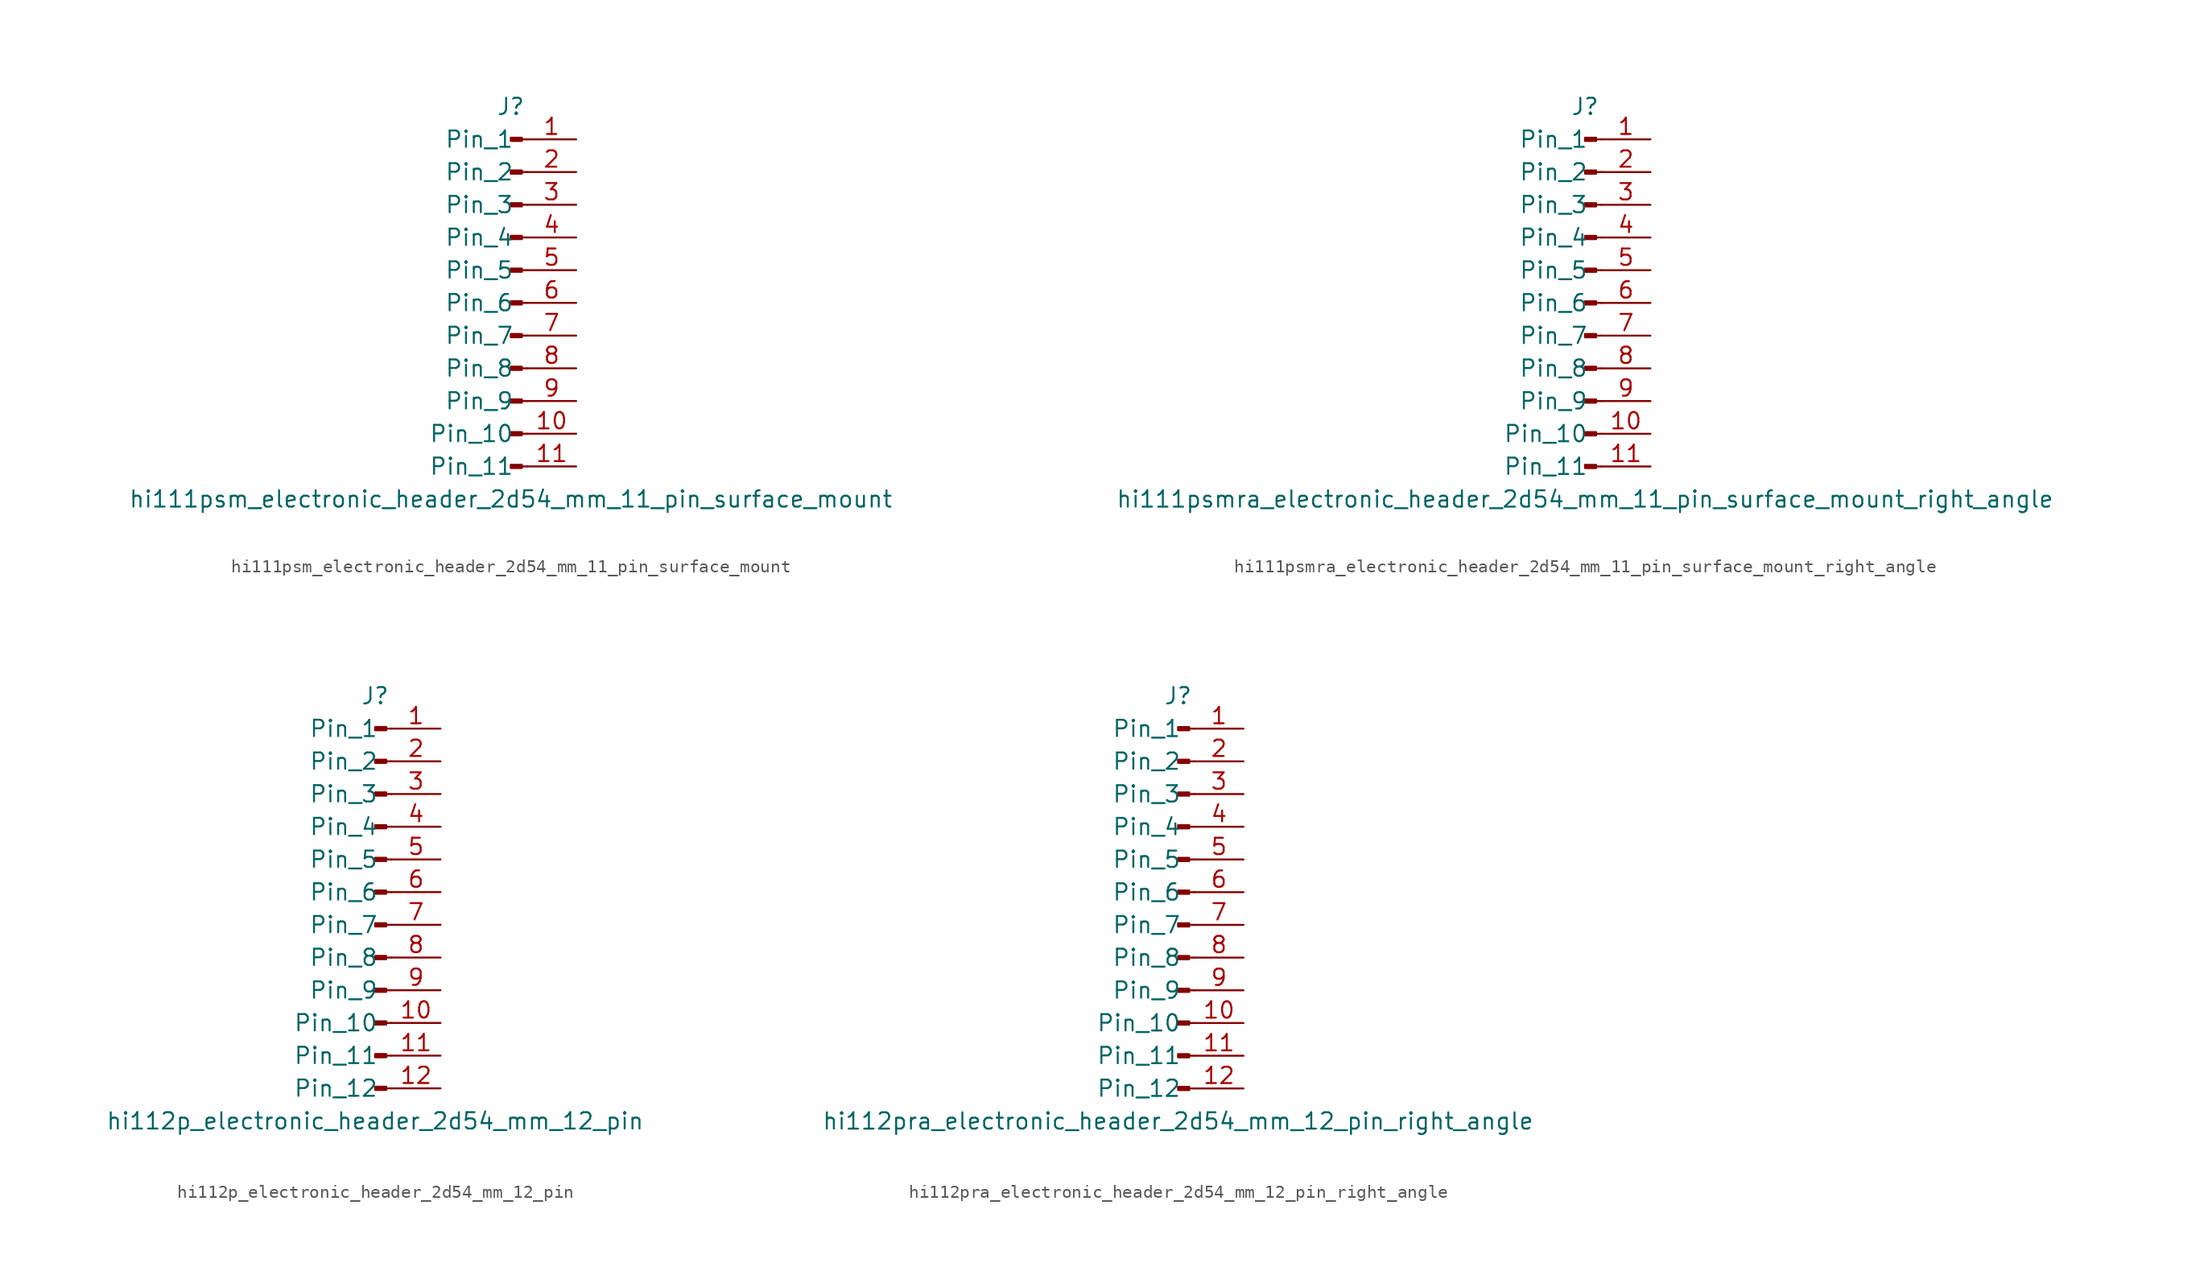
<source format=kicad_sym>
(kicad_symbol_lib
  (version 20220914)
  (generator kicad_symbol_editor)
  (symbol "hi111psm_electronic_header_2d54_mm_11_pin_surface_mount"
    (pin_names
      (offset 1.016))
    (property "Reference" "J"
      (at 0 15.24 0)
      (effects (font (size 1.27 1.27))))
    (property "Value" "hi111psm_electronic_header_2d54_mm_11_pin_surface_mount"
      (at 0 -15.24 0)
      (effects (font (size 1.27 1.27))))
    (property "ki_locked" ""
      (at 0 0 0)
      (effects (font (size 1.27 1.27))))
    (symbol "hi111psm_electronic_header_2d54_mm_11_pin_surface_mount_1_1"
      (polyline (pts (xy 1.27 -12.7) (xy 0.864 -12.7)) (stroke (width 0.152) (type default)) (fill (type none)))
      (polyline (pts (xy 1.27 -10.16) (xy 0.864 -10.16)) (stroke (width 0.152) (type default)) (fill (type none)))
      (polyline (pts (xy 1.27 -7.62) (xy 0.864 -7.62)) (stroke (width 0.152) (type default)) (fill (type none)))
      (polyline (pts (xy 1.27 -5.08) (xy 0.864 -5.08)) (stroke (width 0.152) (type default)) (fill (type none)))
      (polyline (pts (xy 1.27 -2.54) (xy 0.864 -2.54)) (stroke (width 0.152) (type default)) (fill (type none)))
      (polyline (pts (xy 1.27 0) (xy 0.864 0)) (stroke (width 0.152) (type default)) (fill (type none)))
      (polyline (pts (xy 1.27 2.54) (xy 0.864 2.54)) (stroke (width 0.152) (type default)) (fill (type none)))
      (polyline (pts (xy 1.27 5.08) (xy 0.864 5.08)) (stroke (width 0.152) (type default)) (fill (type none)))
      (polyline (pts (xy 1.27 7.62) (xy 0.864 7.62)) (stroke (width 0.152) (type default)) (fill (type none)))
      (polyline (pts (xy 1.27 10.16) (xy 0.864 10.16)) (stroke (width 0.152) (type default)) (fill (type none)))
      (polyline (pts (xy 1.27 12.7) (xy 0.864 12.7)) (stroke (width 0.152) (type default)) (fill (type none)))
      (rectangle (start 0.864 -12.573) (end 0 -12.827) (stroke (width 0.152) (type default)) (fill (type outline)))
      (rectangle (start 0.864 -10.033) (end 0 -10.287) (stroke (width 0.152) (type default)) (fill (type outline)))
      (rectangle (start 0.864 -7.493) (end 0 -7.747) (stroke (width 0.152) (type default)) (fill (type outline)))
      (rectangle (start 0.864 -4.953) (end 0 -5.207) (stroke (width 0.152) (type default)) (fill (type outline)))
      (rectangle (start 0.864 -2.413) (end 0 -2.667) (stroke (width 0.152) (type default)) (fill (type outline)))
      (rectangle (start 0.864 0.127) (end 0 -0.127) (stroke (width 0.152) (type default)) (fill (type outline)))
      (rectangle (start 0.864 2.667) (end 0 2.413) (stroke (width 0.152) (type default)) (fill (type outline)))
      (rectangle (start 0.864 5.207) (end 0 4.953) (stroke (width 0.152) (type default)) (fill (type outline)))
      (rectangle (start 0.864 7.747) (end 0 7.493) (stroke (width 0.152) (type default)) (fill (type outline)))
      (rectangle (start 0.864 10.287) (end 0 10.033) (stroke (width 0.152) (type default)) (fill (type outline)))
      (rectangle (start 0.864 12.827) (end 0 12.573) (stroke (width 0.152) (type default)) (fill (type outline)))
      (pin passive line (at 5.08 12.7 180) (length 3.81) (name "Pin_1" (effects (font (size 1.27 1.27)))) (number "1" (effects (font (size 1.27 1.27)))))
      (pin passive line (at 5.08 -10.16 180) (length 3.81) (name "Pin_10" (effects (font (size 1.27 1.27)))) (number "10" (effects (font (size 1.27 1.27)))))
      (pin passive line (at 5.08 -12.7 180) (length 3.81) (name "Pin_11" (effects (font (size 1.27 1.27)))) (number "11" (effects (font (size 1.27 1.27)))))
      (pin passive line (at 5.08 10.16 180) (length 3.81) (name "Pin_2" (effects (font (size 1.27 1.27)))) (number "2" (effects (font (size 1.27 1.27)))))
      (pin passive line (at 5.08 7.62 180) (length 3.81) (name "Pin_3" (effects (font (size 1.27 1.27)))) (number "3" (effects (font (size 1.27 1.27)))))
      (pin passive line (at 5.08 5.08 180) (length 3.81) (name "Pin_4" (effects (font (size 1.27 1.27)))) (number "4" (effects (font (size 1.27 1.27)))))
      (pin passive line (at 5.08 2.54 180) (length 3.81) (name "Pin_5" (effects (font (size 1.27 1.27)))) (number "5" (effects (font (size 1.27 1.27)))))
      (pin passive line (at 5.08 0 180) (length 3.81) (name "Pin_6" (effects (font (size 1.27 1.27)))) (number "6" (effects (font (size 1.27 1.27)))))
      (pin passive line (at 5.08 -2.54 180) (length 3.81) (name "Pin_7" (effects (font (size 1.27 1.27)))) (number "7" (effects (font (size 1.27 1.27)))))
      (pin passive line (at 5.08 -5.08 180) (length 3.81) (name "Pin_8" (effects (font (size 1.27 1.27)))) (number "8" (effects (font (size 1.27 1.27)))))
      (pin passive line (at 5.08 -7.62 180) (length 3.81) (name "Pin_9" (effects (font (size 1.27 1.27)))) (number "9" (effects (font (size 1.27 1.27)))))))
  (symbol "hi111psmra_electronic_header_2d54_mm_11_pin_surface_mount_right_angle"
    (pin_names
      (offset 1.016))
    (property "Reference" "J"
      (at 0 15.24 0)
      (effects (font (size 1.27 1.27))))
    (property "Value" "hi111psmra_electronic_header_2d54_mm_11_pin_surface_mount_right_angle"
      (at 0 -15.24 0)
      (effects (font (size 1.27 1.27))))
    (property "ki_locked" ""
      (at 0 0 0)
      (effects (font (size 1.27 1.27))))
    (symbol "hi111psmra_electronic_header_2d54_mm_11_pin_surface_mount_right_angle_1_1"
      (polyline (pts (xy 1.27 -12.7) (xy 0.864 -12.7)) (stroke (width 0.152) (type default)) (fill (type none)))
      (polyline (pts (xy 1.27 -10.16) (xy 0.864 -10.16)) (stroke (width 0.152) (type default)) (fill (type none)))
      (polyline (pts (xy 1.27 -7.62) (xy 0.864 -7.62)) (stroke (width 0.152) (type default)) (fill (type none)))
      (polyline (pts (xy 1.27 -5.08) (xy 0.864 -5.08)) (stroke (width 0.152) (type default)) (fill (type none)))
      (polyline (pts (xy 1.27 -2.54) (xy 0.864 -2.54)) (stroke (width 0.152) (type default)) (fill (type none)))
      (polyline (pts (xy 1.27 0) (xy 0.864 0)) (stroke (width 0.152) (type default)) (fill (type none)))
      (polyline (pts (xy 1.27 2.54) (xy 0.864 2.54)) (stroke (width 0.152) (type default)) (fill (type none)))
      (polyline (pts (xy 1.27 5.08) (xy 0.864 5.08)) (stroke (width 0.152) (type default)) (fill (type none)))
      (polyline (pts (xy 1.27 7.62) (xy 0.864 7.62)) (stroke (width 0.152) (type default)) (fill (type none)))
      (polyline (pts (xy 1.27 10.16) (xy 0.864 10.16)) (stroke (width 0.152) (type default)) (fill (type none)))
      (polyline (pts (xy 1.27 12.7) (xy 0.864 12.7)) (stroke (width 0.152) (type default)) (fill (type none)))
      (rectangle (start 0.864 -12.573) (end 0 -12.827) (stroke (width 0.152) (type default)) (fill (type outline)))
      (rectangle (start 0.864 -10.033) (end 0 -10.287) (stroke (width 0.152) (type default)) (fill (type outline)))
      (rectangle (start 0.864 -7.493) (end 0 -7.747) (stroke (width 0.152) (type default)) (fill (type outline)))
      (rectangle (start 0.864 -4.953) (end 0 -5.207) (stroke (width 0.152) (type default)) (fill (type outline)))
      (rectangle (start 0.864 -2.413) (end 0 -2.667) (stroke (width 0.152) (type default)) (fill (type outline)))
      (rectangle (start 0.864 0.127) (end 0 -0.127) (stroke (width 0.152) (type default)) (fill (type outline)))
      (rectangle (start 0.864 2.667) (end 0 2.413) (stroke (width 0.152) (type default)) (fill (type outline)))
      (rectangle (start 0.864 5.207) (end 0 4.953) (stroke (width 0.152) (type default)) (fill (type outline)))
      (rectangle (start 0.864 7.747) (end 0 7.493) (stroke (width 0.152) (type default)) (fill (type outline)))
      (rectangle (start 0.864 10.287) (end 0 10.033) (stroke (width 0.152) (type default)) (fill (type outline)))
      (rectangle (start 0.864 12.827) (end 0 12.573) (stroke (width 0.152) (type default)) (fill (type outline)))
      (pin passive line (at 5.08 12.7 180) (length 3.81) (name "Pin_1" (effects (font (size 1.27 1.27)))) (number "1" (effects (font (size 1.27 1.27)))))
      (pin passive line (at 5.08 -10.16 180) (length 3.81) (name "Pin_10" (effects (font (size 1.27 1.27)))) (number "10" (effects (font (size 1.27 1.27)))))
      (pin passive line (at 5.08 -12.7 180) (length 3.81) (name "Pin_11" (effects (font (size 1.27 1.27)))) (number "11" (effects (font (size 1.27 1.27)))))
      (pin passive line (at 5.08 10.16 180) (length 3.81) (name "Pin_2" (effects (font (size 1.27 1.27)))) (number "2" (effects (font (size 1.27 1.27)))))
      (pin passive line (at 5.08 7.62 180) (length 3.81) (name "Pin_3" (effects (font (size 1.27 1.27)))) (number "3" (effects (font (size 1.27 1.27)))))
      (pin passive line (at 5.08 5.08 180) (length 3.81) (name "Pin_4" (effects (font (size 1.27 1.27)))) (number "4" (effects (font (size 1.27 1.27)))))
      (pin passive line (at 5.08 2.54 180) (length 3.81) (name "Pin_5" (effects (font (size 1.27 1.27)))) (number "5" (effects (font (size 1.27 1.27)))))
      (pin passive line (at 5.08 0 180) (length 3.81) (name "Pin_6" (effects (font (size 1.27 1.27)))) (number "6" (effects (font (size 1.27 1.27)))))
      (pin passive line (at 5.08 -2.54 180) (length 3.81) (name "Pin_7" (effects (font (size 1.27 1.27)))) (number "7" (effects (font (size 1.27 1.27)))))
      (pin passive line (at 5.08 -5.08 180) (length 3.81) (name "Pin_8" (effects (font (size 1.27 1.27)))) (number "8" (effects (font (size 1.27 1.27)))))
      (pin passive line (at 5.08 -7.62 180) (length 3.81) (name "Pin_9" (effects (font (size 1.27 1.27)))) (number "9" (effects (font (size 1.27 1.27)))))))
  (symbol "hi112p_electronic_header_2d54_mm_12_pin"
    (pin_names
      (offset 1.016))
    (property "Reference" "J"
      (at 0 15.24 0)
      (effects (font (size 1.27 1.27))))
    (property "Value" "hi112p_electronic_header_2d54_mm_12_pin"
      (at 0 -17.78 0)
      (effects (font (size 1.27 1.27))))
    (property "ki_locked" ""
      (at 0 0 0)
      (effects (font (size 1.27 1.27))))
    (symbol "hi112p_electronic_header_2d54_mm_12_pin_1_1"
      (polyline (pts (xy 1.27 -15.24) (xy 0.864 -15.24)) (stroke (width 0.152) (type default)) (fill (type none)))
      (polyline (pts (xy 1.27 -12.7) (xy 0.864 -12.7)) (stroke (width 0.152) (type default)) (fill (type none)))
      (polyline (pts (xy 1.27 -10.16) (xy 0.864 -10.16)) (stroke (width 0.152) (type default)) (fill (type none)))
      (polyline (pts (xy 1.27 -7.62) (xy 0.864 -7.62)) (stroke (width 0.152) (type default)) (fill (type none)))
      (polyline (pts (xy 1.27 -5.08) (xy 0.864 -5.08)) (stroke (width 0.152) (type default)) (fill (type none)))
      (polyline (pts (xy 1.27 -2.54) (xy 0.864 -2.54)) (stroke (width 0.152) (type default)) (fill (type none)))
      (polyline (pts (xy 1.27 0) (xy 0.864 0)) (stroke (width 0.152) (type default)) (fill (type none)))
      (polyline (pts (xy 1.27 2.54) (xy 0.864 2.54)) (stroke (width 0.152) (type default)) (fill (type none)))
      (polyline (pts (xy 1.27 5.08) (xy 0.864 5.08)) (stroke (width 0.152) (type default)) (fill (type none)))
      (polyline (pts (xy 1.27 7.62) (xy 0.864 7.62)) (stroke (width 0.152) (type default)) (fill (type none)))
      (polyline (pts (xy 1.27 10.16) (xy 0.864 10.16)) (stroke (width 0.152) (type default)) (fill (type none)))
      (polyline (pts (xy 1.27 12.7) (xy 0.864 12.7)) (stroke (width 0.152) (type default)) (fill (type none)))
      (rectangle (start 0.864 -15.113) (end 0 -15.367) (stroke (width 0.152) (type default)) (fill (type outline)))
      (rectangle (start 0.864 -12.573) (end 0 -12.827) (stroke (width 0.152) (type default)) (fill (type outline)))
      (rectangle (start 0.864 -10.033) (end 0 -10.287) (stroke (width 0.152) (type default)) (fill (type outline)))
      (rectangle (start 0.864 -7.493) (end 0 -7.747) (stroke (width 0.152) (type default)) (fill (type outline)))
      (rectangle (start 0.864 -4.953) (end 0 -5.207) (stroke (width 0.152) (type default)) (fill (type outline)))
      (rectangle (start 0.864 -2.413) (end 0 -2.667) (stroke (width 0.152) (type default)) (fill (type outline)))
      (rectangle (start 0.864 0.127) (end 0 -0.127) (stroke (width 0.152) (type default)) (fill (type outline)))
      (rectangle (start 0.864 2.667) (end 0 2.413) (stroke (width 0.152) (type default)) (fill (type outline)))
      (rectangle (start 0.864 5.207) (end 0 4.953) (stroke (width 0.152) (type default)) (fill (type outline)))
      (rectangle (start 0.864 7.747) (end 0 7.493) (stroke (width 0.152) (type default)) (fill (type outline)))
      (rectangle (start 0.864 10.287) (end 0 10.033) (stroke (width 0.152) (type default)) (fill (type outline)))
      (rectangle (start 0.864 12.827) (end 0 12.573) (stroke (width 0.152) (type default)) (fill (type outline)))
      (pin passive line (at 5.08 12.7 180) (length 3.81) (name "Pin_1" (effects (font (size 1.27 1.27)))) (number "1" (effects (font (size 1.27 1.27)))))
      (pin passive line (at 5.08 -10.16 180) (length 3.81) (name "Pin_10" (effects (font (size 1.27 1.27)))) (number "10" (effects (font (size 1.27 1.27)))))
      (pin passive line (at 5.08 -12.7 180) (length 3.81) (name "Pin_11" (effects (font (size 1.27 1.27)))) (number "11" (effects (font (size 1.27 1.27)))))
      (pin passive line (at 5.08 -15.24 180) (length 3.81) (name "Pin_12" (effects (font (size 1.27 1.27)))) (number "12" (effects (font (size 1.27 1.27)))))
      (pin passive line (at 5.08 10.16 180) (length 3.81) (name "Pin_2" (effects (font (size 1.27 1.27)))) (number "2" (effects (font (size 1.27 1.27)))))
      (pin passive line (at 5.08 7.62 180) (length 3.81) (name "Pin_3" (effects (font (size 1.27 1.27)))) (number "3" (effects (font (size 1.27 1.27)))))
      (pin passive line (at 5.08 5.08 180) (length 3.81) (name "Pin_4" (effects (font (size 1.27 1.27)))) (number "4" (effects (font (size 1.27 1.27)))))
      (pin passive line (at 5.08 2.54 180) (length 3.81) (name "Pin_5" (effects (font (size 1.27 1.27)))) (number "5" (effects (font (size 1.27 1.27)))))
      (pin passive line (at 5.08 0 180) (length 3.81) (name "Pin_6" (effects (font (size 1.27 1.27)))) (number "6" (effects (font (size 1.27 1.27)))))
      (pin passive line (at 5.08 -2.54 180) (length 3.81) (name "Pin_7" (effects (font (size 1.27 1.27)))) (number "7" (effects (font (size 1.27 1.27)))))
      (pin passive line (at 5.08 -5.08 180) (length 3.81) (name "Pin_8" (effects (font (size 1.27 1.27)))) (number "8" (effects (font (size 1.27 1.27)))))
      (pin passive line (at 5.08 -7.62 180) (length 3.81) (name "Pin_9" (effects (font (size 1.27 1.27)))) (number "9" (effects (font (size 1.27 1.27)))))))
  (symbol "hi112pra_electronic_header_2d54_mm_12_pin_right_angle"
    (pin_names
      (offset 1.016))
    (property "Reference" "J"
      (at 0 15.24 0)
      (effects (font (size 1.27 1.27))))
    (property "Value" "hi112pra_electronic_header_2d54_mm_12_pin_right_angle"
      (at 0 -17.78 0)
      (effects (font (size 1.27 1.27))))
    (property "ki_locked" ""
      (at 0 0 0)
      (effects (font (size 1.27 1.27))))
    (symbol "hi112pra_electronic_header_2d54_mm_12_pin_right_angle_1_1"
      (polyline (pts (xy 1.27 -15.24) (xy 0.864 -15.24)) (stroke (width 0.152) (type default)) (fill (type none)))
      (polyline (pts (xy 1.27 -12.7) (xy 0.864 -12.7)) (stroke (width 0.152) (type default)) (fill (type none)))
      (polyline (pts (xy 1.27 -10.16) (xy 0.864 -10.16)) (stroke (width 0.152) (type default)) (fill (type none)))
      (polyline (pts (xy 1.27 -7.62) (xy 0.864 -7.62)) (stroke (width 0.152) (type default)) (fill (type none)))
      (polyline (pts (xy 1.27 -5.08) (xy 0.864 -5.08)) (stroke (width 0.152) (type default)) (fill (type none)))
      (polyline (pts (xy 1.27 -2.54) (xy 0.864 -2.54)) (stroke (width 0.152) (type default)) (fill (type none)))
      (polyline (pts (xy 1.27 0) (xy 0.864 0)) (stroke (width 0.152) (type default)) (fill (type none)))
      (polyline (pts (xy 1.27 2.54) (xy 0.864 2.54)) (stroke (width 0.152) (type default)) (fill (type none)))
      (polyline (pts (xy 1.27 5.08) (xy 0.864 5.08)) (stroke (width 0.152) (type default)) (fill (type none)))
      (polyline (pts (xy 1.27 7.62) (xy 0.864 7.62)) (stroke (width 0.152) (type default)) (fill (type none)))
      (polyline (pts (xy 1.27 10.16) (xy 0.864 10.16)) (stroke (width 0.152) (type default)) (fill (type none)))
      (polyline (pts (xy 1.27 12.7) (xy 0.864 12.7)) (stroke (width 0.152) (type default)) (fill (type none)))
      (rectangle (start 0.864 -15.113) (end 0 -15.367) (stroke (width 0.152) (type default)) (fill (type outline)))
      (rectangle (start 0.864 -12.573) (end 0 -12.827) (stroke (width 0.152) (type default)) (fill (type outline)))
      (rectangle (start 0.864 -10.033) (end 0 -10.287) (stroke (width 0.152) (type default)) (fill (type outline)))
      (rectangle (start 0.864 -7.493) (end 0 -7.747) (stroke (width 0.152) (type default)) (fill (type outline)))
      (rectangle (start 0.864 -4.953) (end 0 -5.207) (stroke (width 0.152) (type default)) (fill (type outline)))
      (rectangle (start 0.864 -2.413) (end 0 -2.667) (stroke (width 0.152) (type default)) (fill (type outline)))
      (rectangle (start 0.864 0.127) (end 0 -0.127) (stroke (width 0.152) (type default)) (fill (type outline)))
      (rectangle (start 0.864 2.667) (end 0 2.413) (stroke (width 0.152) (type default)) (fill (type outline)))
      (rectangle (start 0.864 5.207) (end 0 4.953) (stroke (width 0.152) (type default)) (fill (type outline)))
      (rectangle (start 0.864 7.747) (end 0 7.493) (stroke (width 0.152) (type default)) (fill (type outline)))
      (rectangle (start 0.864 10.287) (end 0 10.033) (stroke (width 0.152) (type default)) (fill (type outline)))
      (rectangle (start 0.864 12.827) (end 0 12.573) (stroke (width 0.152) (type default)) (fill (type outline)))
      (pin passive line (at 5.08 12.7 180) (length 3.81) (name "Pin_1" (effects (font (size 1.27 1.27)))) (number "1" (effects (font (size 1.27 1.27)))))
      (pin passive line (at 5.08 -10.16 180) (length 3.81) (name "Pin_10" (effects (font (size 1.27 1.27)))) (number "10" (effects (font (size 1.27 1.27)))))
      (pin passive line (at 5.08 -12.7 180) (length 3.81) (name "Pin_11" (effects (font (size 1.27 1.27)))) (number "11" (effects (font (size 1.27 1.27)))))
      (pin passive line (at 5.08 -15.24 180) (length 3.81) (name "Pin_12" (effects (font (size 1.27 1.27)))) (number "12" (effects (font (size 1.27 1.27)))))
      (pin passive line (at 5.08 10.16 180) (length 3.81) (name "Pin_2" (effects (font (size 1.27 1.27)))) (number "2" (effects (font (size 1.27 1.27)))))
      (pin passive line (at 5.08 7.62 180) (length 3.81) (name "Pin_3" (effects (font (size 1.27 1.27)))) (number "3" (effects (font (size 1.27 1.27)))))
      (pin passive line (at 5.08 5.08 180) (length 3.81) (name "Pin_4" (effects (font (size 1.27 1.27)))) (number "4" (effects (font (size 1.27 1.27)))))
      (pin passive line (at 5.08 2.54 180) (length 3.81) (name "Pin_5" (effects (font (size 1.27 1.27)))) (number "5" (effects (font (size 1.27 1.27)))))
      (pin passive line (at 5.08 0 180) (length 3.81) (name "Pin_6" (effects (font (size 1.27 1.27)))) (number "6" (effects (font (size 1.27 1.27)))))
      (pin passive line (at 5.08 -2.54 180) (length 3.81) (name "Pin_7" (effects (font (size 1.27 1.27)))) (number "7" (effects (font (size 1.27 1.27)))))
      (pin passive line (at 5.08 -5.08 180) (length 3.81) (name "Pin_8" (effects (font (size 1.27 1.27)))) (number "8" (effects (font (size 1.27 1.27)))))
      (pin passive line (at 5.08 -7.62 180) (length 3.81) (name "Pin_9" (effects (font (size 1.27 1.27)))) (number "9" (effects (font (size 1.27 1.27))))))))
</source>
